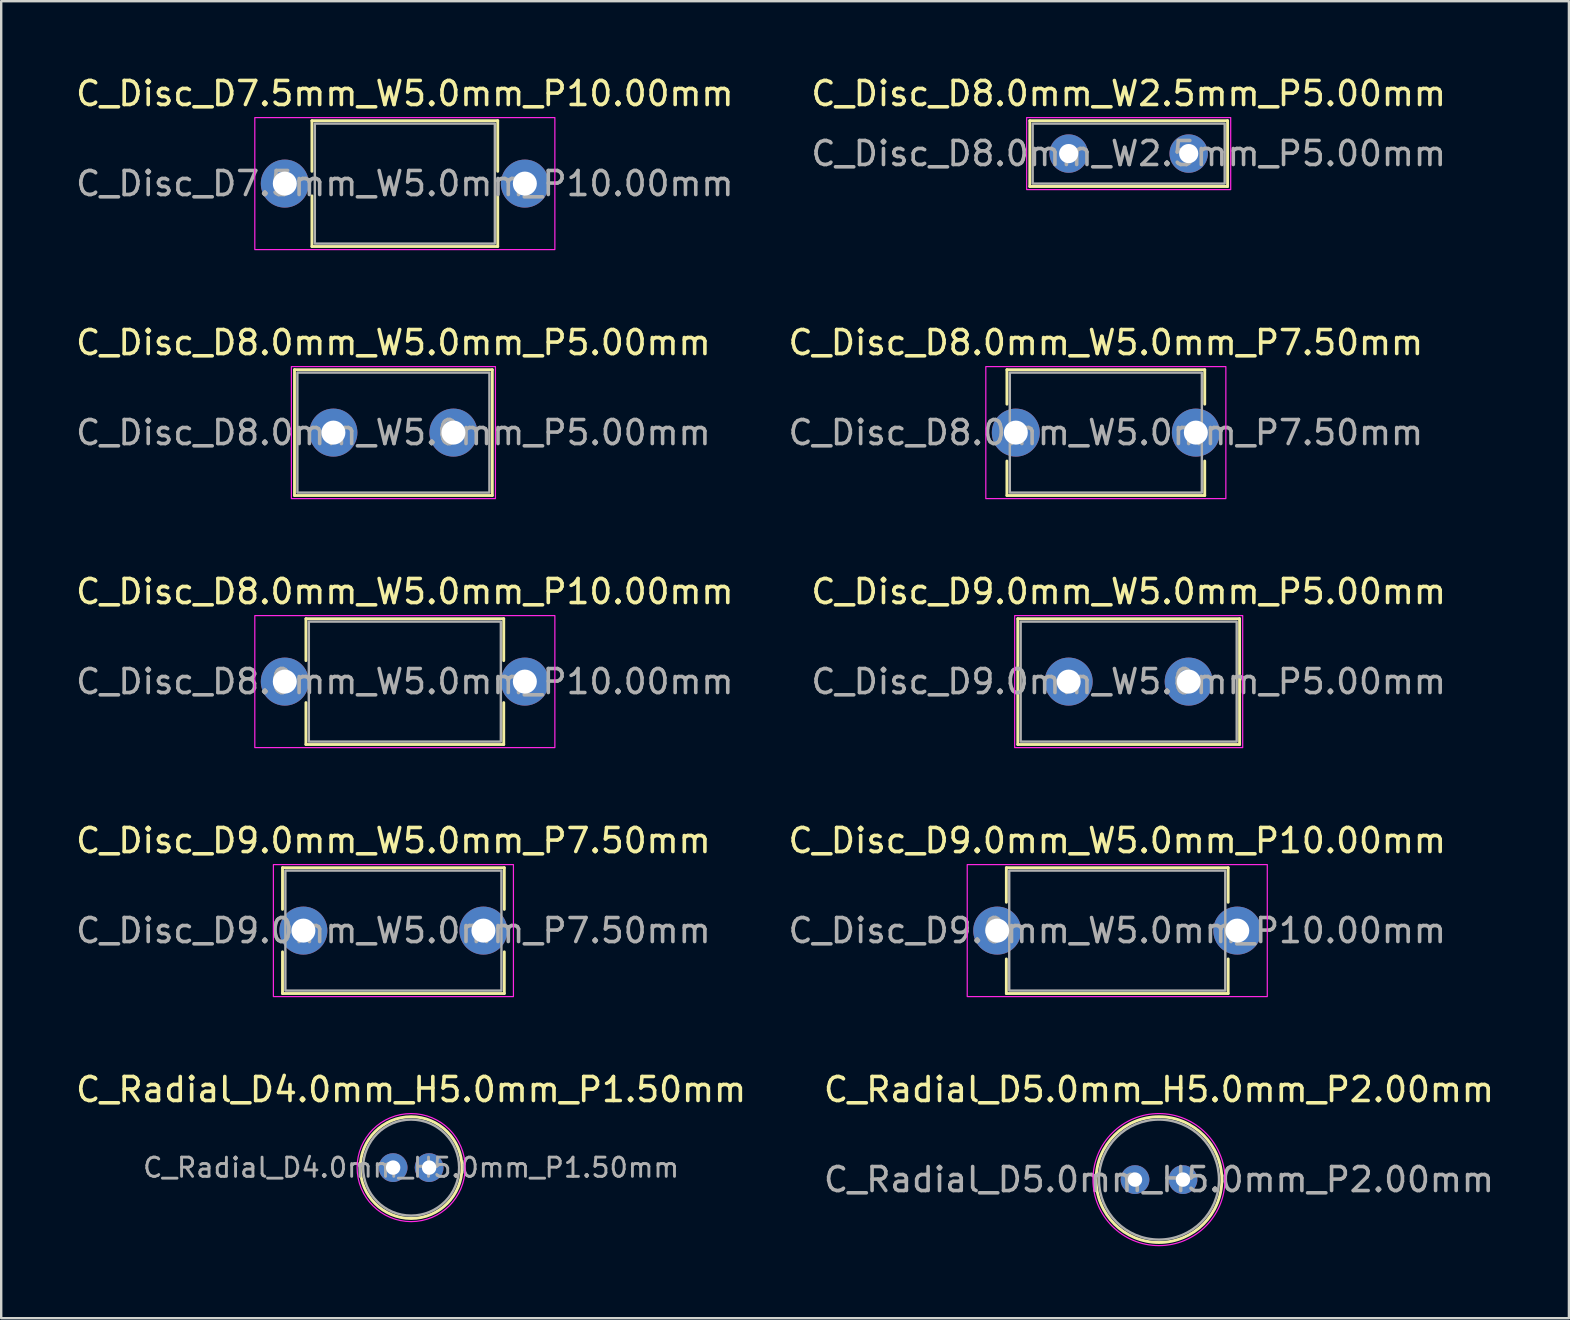
<source format=kicad_pcb>
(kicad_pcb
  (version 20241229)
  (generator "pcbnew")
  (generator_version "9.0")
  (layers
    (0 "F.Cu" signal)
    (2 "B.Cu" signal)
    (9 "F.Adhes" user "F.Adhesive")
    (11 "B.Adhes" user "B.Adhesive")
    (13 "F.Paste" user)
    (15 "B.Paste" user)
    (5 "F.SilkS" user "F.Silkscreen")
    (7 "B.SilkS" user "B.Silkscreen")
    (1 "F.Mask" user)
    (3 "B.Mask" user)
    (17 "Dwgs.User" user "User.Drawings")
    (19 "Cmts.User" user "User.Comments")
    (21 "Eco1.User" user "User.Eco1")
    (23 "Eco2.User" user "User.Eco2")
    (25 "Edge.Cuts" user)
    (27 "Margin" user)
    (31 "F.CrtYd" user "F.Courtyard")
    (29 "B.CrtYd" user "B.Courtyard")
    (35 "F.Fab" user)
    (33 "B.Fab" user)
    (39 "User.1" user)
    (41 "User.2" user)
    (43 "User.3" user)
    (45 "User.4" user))
  (footprint "C_Disc_D9.0mm_W5.0mm_P10.00mm"
    (layer "F.Cu")
    (at 38.494 35.718)
    (property "Reference" "C_Disc_D9.0mm_W5.0mm_P10.00mm" (at 5 -3.75 0) (layer "F.SilkS") (effects (font (size 1 1) (thickness 0.15))))
    (attr through_hole)
    (fp_line (start 0.38 -2.62) (end 9.62 -2.62) (stroke (width 0.12) (type solid)) (layer "F.SilkS"))
    (fp_line (start 0.38 -1.18) (end 0.38 -2.62) (stroke (width 0.12) (type solid)) (layer "F.SilkS"))
    (fp_line (start 0.38 2.62) (end 0.38 1.18) (stroke (width 0.12) (type solid)) (layer "F.SilkS"))
    (fp_line (start 9.62 -2.62) (end 9.62 -1.18) (stroke (width 0.12) (type solid)) (layer "F.SilkS"))
    (fp_line (start 9.62 1.18) (end 9.62 2.62) (stroke (width 0.12) (type solid)) (layer "F.SilkS"))
    (fp_line (start 9.62 2.62) (end 0.38 2.62) (stroke (width 0.12) (type solid)) (layer "F.SilkS"))
    (fp_rect (start -1.25 -2.75) (end 11.25 2.75) (stroke (width 0.05) (type solid)) (fill no) (layer "F.CrtYd"))
    (fp_rect (start 0.5 -2.5) (end 9.5 2.5) (stroke (width 0.1) (type solid)) (fill no) (layer "F.Fab"))
    (fp_text user "${REFERENCE}" (at 5 0 0) (layer "F.Fab") (effects (font (size 1 1) (thickness 0.15))))
    (pad "1" thru_hole circle (at 0 0) (size 2 2) (drill 1) (layers "*.Cu" "*.Mask"))
    (pad "2" thru_hole circle (at 10 0) (size 2 2) (drill 1) (layers "*.Cu" "*.Mask")))
  (footprint "C_Disc_D7.5mm_W5.0mm_P10.00mm"
    (layer "F.Cu")
    (at 8.815 4.598)
    (property "Reference" "C_Disc_D7.5mm_W5.0mm_P10.00mm" (at 5 -3.75 0) (layer "F.SilkS") (effects (font (size 1 1) (thickness 0.15))))
    (attr through_hole)
    (fp_line (start 1.13 -2.62) (end 8.87 -2.62) (stroke (width 0.12) (type solid)) (layer "F.SilkS"))
    (fp_line (start 1.13 -0.511) (end 1.13 -2.62) (stroke (width 0.12) (type solid)) (layer "F.SilkS"))
    (fp_line (start 1.13 2.62) (end 1.13 0.511) (stroke (width 0.12) (type solid)) (layer "F.SilkS"))
    (fp_line (start 8.87 -2.62) (end 8.87 -0.511) (stroke (width 0.12) (type solid)) (layer "F.SilkS"))
    (fp_line (start 8.87 0.511) (end 8.87 2.62) (stroke (width 0.12) (type solid)) (layer "F.SilkS"))
    (fp_line (start 8.87 2.62) (end 1.13 2.62) (stroke (width 0.12) (type solid)) (layer "F.SilkS"))
    (fp_rect (start -1.25 -2.75) (end 11.25 2.75) (stroke (width 0.05) (type solid)) (fill no) (layer "F.CrtYd"))
    (fp_rect (start 1.25 -2.5) (end 8.75 2.5) (stroke (width 0.1) (type solid)) (fill no) (layer "F.Fab"))
    (fp_text user "${REFERENCE}" (at 5 0 0) (layer "F.Fab") (effects (font (size 1 1) (thickness 0.15))))
    (pad "1" thru_hole circle (at 0 0) (size 2 2) (drill 1) (layers "*.Cu" "*.Mask"))
    (pad "2" thru_hole circle (at 10 0) (size 2 2) (drill 1) (layers "*.Cu" "*.Mask")))
  (footprint "C_Disc_D9.0mm_W5.0mm_P7.50mm"
    (layer "F.Cu")
    (at 9.589 35.718)
    (property "Reference" "C_Disc_D9.0mm_W5.0mm_P7.50mm" (at 3.75 -3.75 0) (layer "F.SilkS") (effects (font (size 1 1) (thickness 0.15))))
    (attr through_hole)
    (fp_line (start -0.87 -2.62) (end 8.37 -2.62) (stroke (width 0.12) (type solid)) (layer "F.SilkS"))
    (fp_line (start -0.87 -0.884) (end -0.87 -2.62) (stroke (width 0.12) (type solid)) (layer "F.SilkS"))
    (fp_line (start -0.87 2.62) (end -0.87 0.884) (stroke (width 0.12) (type solid)) (layer "F.SilkS"))
    (fp_line (start 8.37 -2.62) (end 8.37 -0.884) (stroke (width 0.12) (type solid)) (layer "F.SilkS"))
    (fp_line (start 8.37 0.884) (end 8.37 2.62) (stroke (width 0.12) (type solid)) (layer "F.SilkS"))
    (fp_line (start 8.37 2.62) (end -0.87 2.62) (stroke (width 0.12) (type solid)) (layer "F.SilkS"))
    (fp_rect (start -1.25 -2.75) (end 8.75 2.75) (stroke (width 0.05) (type solid)) (fill no) (layer "F.CrtYd"))
    (fp_rect (start -0.75 -2.5) (end 8.25 2.5) (stroke (width 0.1) (type solid)) (fill no) (layer "F.Fab"))
    (fp_text user "${REFERENCE}" (at 3.75 0 0) (layer "F.Fab") (effects (font (size 1 1) (thickness 0.15))))
    (pad "1" thru_hole circle (at 0 0) (size 2 2) (drill 1) (layers "*.Cu" "*.Mask"))
    (pad "2" thru_hole circle (at 7.5 0) (size 2 2) (drill 1) (layers "*.Cu" "*.Mask")))
  (footprint "C_Radial_D5.0mm_H5.0mm_P2.00mm"
    (layer "F.Cu")
    (at 44.232 46.091)
    (property "Reference" "C_Radial_D5.0mm_H5.0mm_P2.00mm" (at 1 -3.75 0) (layer "F.SilkS") (effects (font (size 1 1) (thickness 0.15))))
    (attr through_hole)
    (fp_circle (center 1 0) (end 3.62 0) (stroke (width 0.12) (type solid)) (fill no) (layer "F.SilkS"))
    (fp_circle (center 1 0) (end 3.75 0) (stroke (width 0.05) (type solid)) (fill no) (layer "F.CrtYd"))
    (fp_circle (center 1 0) (end 3.5 0) (stroke (width 0.1) (type solid)) (fill no) (layer "F.Fab"))
    (fp_text user "${REFERENCE}" (at 1 0 0) (layer "F.Fab") (effects (font (size 1 1) (thickness 0.15))))
    (pad "1" thru_hole circle (at 0 0) (size 1.2 1.2) (drill 0.6) (layers "*.Cu" "*.Mask"))
    (pad "2" thru_hole circle (at 2 0) (size 1.2 1.2) (drill 0.6) (layers "*.Cu" "*.Mask")))
  (footprint "C_Disc_D8.0mm_W5.0mm_P7.50mm"
    (layer "F.Cu")
    (at 39.268 14.972)
    (property "Reference" "C_Disc_D8.0mm_W5.0mm_P7.50mm" (at 3.75 -3.75 0) (layer "F.SilkS") (effects (font (size 1 1) (thickness 0.15))))
    (attr through_hole)
    (fp_line (start -0.37 -2.62) (end 7.87 -2.62) (stroke (width 0.12) (type solid)) (layer "F.SilkS"))
    (fp_line (start -0.37 -1.184) (end -0.37 -2.62) (stroke (width 0.12) (type solid)) (layer "F.SilkS"))
    (fp_line (start -0.37 2.62) (end -0.37 1.184) (stroke (width 0.12) (type solid)) (layer "F.SilkS"))
    (fp_line (start 7.87 -2.62) (end 7.87 -1.184) (stroke (width 0.12) (type solid)) (layer "F.SilkS"))
    (fp_line (start 7.87 1.184) (end 7.87 2.62) (stroke (width 0.12) (type solid)) (layer "F.SilkS"))
    (fp_line (start 7.87 2.62) (end -0.37 2.62) (stroke (width 0.12) (type solid)) (layer "F.SilkS"))
    (fp_rect (start -1.25 -2.75) (end 8.75 2.75) (stroke (width 0.05) (type solid)) (fill no) (layer "F.CrtYd"))
    (fp_rect (start -0.25 -2.5) (end 7.75 2.5) (stroke (width 0.1) (type solid)) (fill no) (layer "F.Fab"))
    (fp_text user "${REFERENCE}" (at 3.75 0 0) (layer "F.Fab") (effects (font (size 1 1) (thickness 0.15))))
    (pad "1" thru_hole circle (at 0 0) (size 2 2) (drill 1) (layers "*.Cu" "*.Mask"))
    (pad "2" thru_hole circle (at 7.5 0) (size 2 2) (drill 1) (layers "*.Cu" "*.Mask")))
  (footprint "C_Radial_D4.0mm_H5.0mm_P1.50mm"
    (layer "F.Cu")
    (at 13.327 45.591)
    (property "Reference" "C_Radial_D4.0mm_H5.0mm_P1.50mm" (at 0.75 -3.25 0) (layer "F.SilkS") (effects (font (size 1 1) (thickness 0.15))))
    (attr through_hole)
    (fp_circle (center 0.75 0) (end 2.87 0) (stroke (width 0.12) (type solid)) (fill no) (layer "F.SilkS"))
    (fp_circle (center 0.75 0) (end 3 0) (stroke (width 0.05) (type solid)) (fill no) (layer "F.CrtYd"))
    (fp_circle (center 0.75 0) (end 2.75 0) (stroke (width 0.1) (type solid)) (fill no) (layer "F.Fab"))
    (fp_text user "${REFERENCE}" (at 0.75 0 0) (layer "F.Fab") (effects (font (size 0.8 0.8) (thickness 0.12))))
    (pad "1" thru_hole circle (at 0 0) (size 1.2 1.2) (drill 0.6) (layers "*.Cu" "*.Mask"))
    (pad "2" thru_hole circle (at 1.5 0) (size 1.2 1.2) (drill 0.6) (layers "*.Cu" "*.Mask")))
  (footprint "C_Disc_D8.0mm_W5.0mm_P5.00mm"
    (layer "F.Cu")
    (at 10.839 14.972)
    (property "Reference" "C_Disc_D8.0mm_W5.0mm_P5.00mm" (at 2.5 -3.75 0) (layer "F.SilkS") (effects (font (size 1 1) (thickness 0.15))))
    (attr through_hole)
    (fp_line (start -1.62 -2.62) (end 6.62 -2.62) (stroke (width 0.12) (type solid)) (layer "F.SilkS"))
    (fp_line (start -1.62 2.62) (end -1.62 -2.62) (stroke (width 0.12) (type solid)) (layer "F.SilkS"))
    (fp_line (start 6.62 -2.62) (end 6.62 2.62) (stroke (width 0.12) (type solid)) (layer "F.SilkS"))
    (fp_line (start 6.62 2.62) (end -1.62 2.62) (stroke (width 0.12) (type solid)) (layer "F.SilkS"))
    (fp_rect (start -1.75 -2.75) (end 6.75 2.75) (stroke (width 0.05) (type solid)) (fill no) (layer "F.CrtYd"))
    (fp_rect (start -1.5 -2.5) (end 6.5 2.5) (stroke (width 0.1) (type solid)) (fill no) (layer "F.Fab"))
    (fp_text user "${REFERENCE}" (at 2.5 0 0) (layer "F.Fab") (effects (font (size 1 1) (thickness 0.15))))
    (pad "1" thru_hole circle (at 0 0) (size 2 2) (drill 1) (layers "*.Cu" "*.Mask"))
    (pad "2" thru_hole circle (at 5 0) (size 2 2) (drill 1) (layers "*.Cu" "*.Mask")))
  (footprint "C_Disc_D9.0mm_W5.0mm_P5.00mm"
    (layer "F.Cu")
    (at 41.47 25.345)
    (property "Reference" "C_Disc_D9.0mm_W5.0mm_P5.00mm" (at 2.5 -3.75 0) (layer "F.SilkS") (effects (font (size 1 1) (thickness 0.15))))
    (attr through_hole)
    (fp_line (start -2.12 -2.62) (end 7.12 -2.62) (stroke (width 0.12) (type solid)) (layer "F.SilkS"))
    (fp_line (start -2.12 2.62) (end -2.12 -2.62) (stroke (width 0.12) (type solid)) (layer "F.SilkS"))
    (fp_line (start 7.12 -2.62) (end 7.12 2.62) (stroke (width 0.12) (type solid)) (layer "F.SilkS"))
    (fp_line (start 7.12 2.62) (end -2.12 2.62) (stroke (width 0.12) (type solid)) (layer "F.SilkS"))
    (fp_rect (start -2.25 -2.75) (end 7.25 2.75) (stroke (width 0.05) (type solid)) (fill no) (layer "F.CrtYd"))
    (fp_rect (start -2 -2.5) (end 7 2.5) (stroke (width 0.1) (type solid)) (fill no) (layer "F.Fab"))
    (fp_text user "${REFERENCE}" (at 2.5 0 0) (layer "F.Fab") (effects (font (size 1 1) (thickness 0.15))))
    (pad "1" thru_hole circle (at 0 0) (size 2 2) (drill 1) (layers "*.Cu" "*.Mask"))
    (pad "2" thru_hole circle (at 5 0) (size 2 2) (drill 1) (layers "*.Cu" "*.Mask")))
  (footprint "C_Disc_D8.0mm_W2.5mm_P5.00mm"
    (layer "F.Cu")
    (at 41.47 3.348)
    (property "Reference" "C_Disc_D8.0mm_W2.5mm_P5.00mm" (at 2.5 -2.5 0) (layer "F.SilkS") (effects (font (size 1 1) (thickness 0.15))))
    (attr through_hole)
    (fp_line (start -1.62 -1.37) (end 6.62 -1.37) (stroke (width 0.12) (type solid)) (layer "F.SilkS"))
    (fp_line (start -1.62 1.37) (end -1.62 -1.37) (stroke (width 0.12) (type solid)) (layer "F.SilkS"))
    (fp_line (start 6.62 -1.37) (end 6.62 1.37) (stroke (width 0.12) (type solid)) (layer "F.SilkS"))
    (fp_line (start 6.62 1.37) (end -1.62 1.37) (stroke (width 0.12) (type solid)) (layer "F.SilkS"))
    (fp_rect (start -1.75 -1.5) (end 6.75 1.5) (stroke (width 0.05) (type solid)) (fill no) (layer "F.CrtYd"))
    (fp_rect (start -1.5 -1.25) (end 6.5 1.25) (stroke (width 0.1) (type solid)) (fill no) (layer "F.Fab"))
    (fp_text user "${REFERENCE}" (at 2.5 0 0) (layer "F.Fab") (effects (font (size 1 1) (thickness 0.15))))
    (pad "1" thru_hole circle (at 0 0) (size 1.6 1.6) (drill 0.8) (layers "*.Cu" "*.Mask"))
    (pad "2" thru_hole circle (at 5 0) (size 1.6 1.6) (drill 0.8) (layers "*.Cu" "*.Mask")))
  (footprint "C_Disc_D8.0mm_W5.0mm_P10.00mm"
    (layer "F.Cu")
    (at 8.815 25.345)
    (property "Reference" "C_Disc_D8.0mm_W5.0mm_P10.00mm" (at 5 -3.75 0) (layer "F.SilkS") (effects (font (size 1 1) (thickness 0.15))))
    (attr through_hole)
    (fp_line (start 0.88 -2.62) (end 9.12 -2.62) (stroke (width 0.12) (type solid)) (layer "F.SilkS"))
    (fp_line (start 0.88 -0.874) (end 0.88 -2.62) (stroke (width 0.12) (type solid)) (layer "F.SilkS"))
    (fp_line (start 0.88 2.62) (end 0.88 0.874) (stroke (width 0.12) (type solid)) (layer "F.SilkS"))
    (fp_line (start 9.12 -2.62) (end 9.12 -0.874) (stroke (width 0.12) (type solid)) (layer "F.SilkS"))
    (fp_line (start 9.12 0.874) (end 9.12 2.62) (stroke (width 0.12) (type solid)) (layer "F.SilkS"))
    (fp_line (start 9.12 2.62) (end 0.88 2.62) (stroke (width 0.12) (type solid)) (layer "F.SilkS"))
    (fp_rect (start -1.25 -2.75) (end 11.25 2.75) (stroke (width 0.05) (type solid)) (fill no) (layer "F.CrtYd"))
    (fp_rect (start 1 -2.5) (end 9 2.5) (stroke (width 0.1) (type solid)) (fill no) (layer "F.Fab"))
    (fp_text user "${REFERENCE}" (at 5 0 0) (layer "F.Fab") (effects (font (size 1 1) (thickness 0.15))))
    (pad "1" thru_hole circle (at 0 0) (size 2 2) (drill 1) (layers "*.Cu" "*.Mask"))
    (pad "2" thru_hole circle (at 10 0) (size 2 2) (drill 1) (layers "*.Cu" "*.Mask")))
  (gr_rect
    (start -3 -3)
    (end 62.31 51.866)
    (stroke (width 0.1) (type default))
    (fill no)
    (layer "Edge.Cuts")))
</source>
